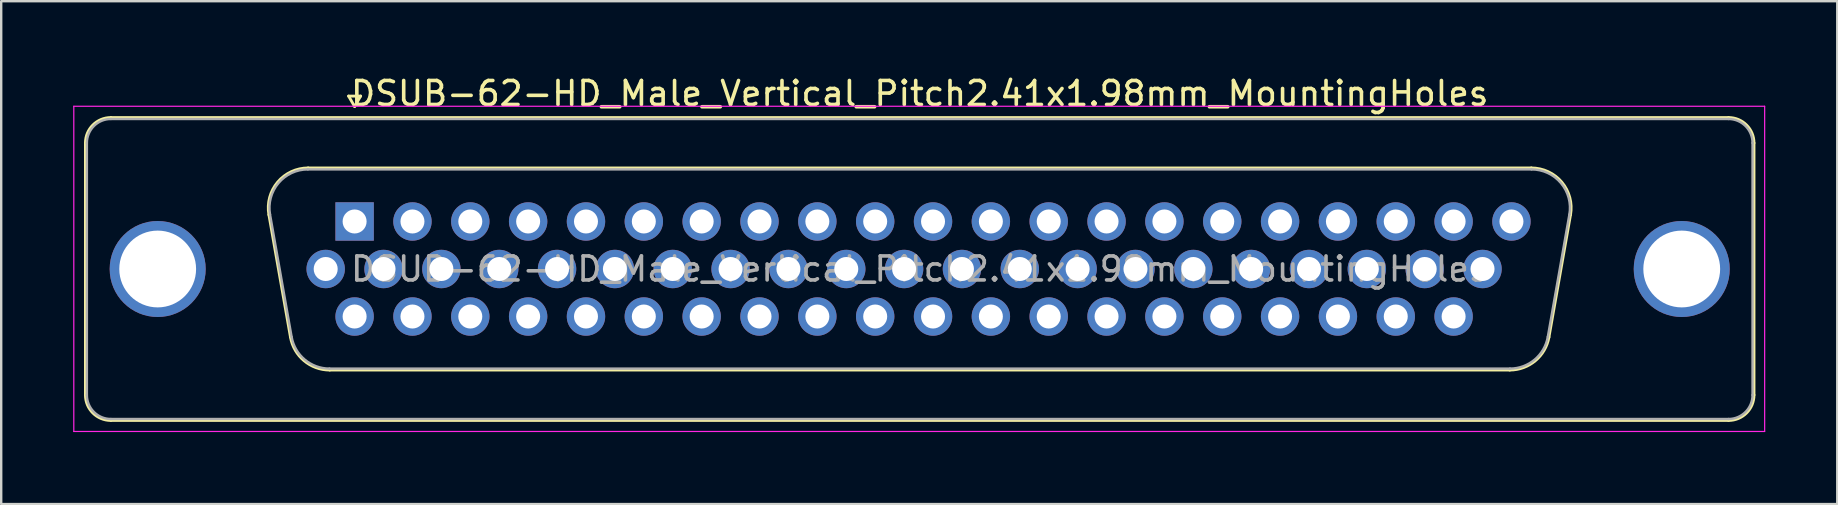
<source format=kicad_pcb>
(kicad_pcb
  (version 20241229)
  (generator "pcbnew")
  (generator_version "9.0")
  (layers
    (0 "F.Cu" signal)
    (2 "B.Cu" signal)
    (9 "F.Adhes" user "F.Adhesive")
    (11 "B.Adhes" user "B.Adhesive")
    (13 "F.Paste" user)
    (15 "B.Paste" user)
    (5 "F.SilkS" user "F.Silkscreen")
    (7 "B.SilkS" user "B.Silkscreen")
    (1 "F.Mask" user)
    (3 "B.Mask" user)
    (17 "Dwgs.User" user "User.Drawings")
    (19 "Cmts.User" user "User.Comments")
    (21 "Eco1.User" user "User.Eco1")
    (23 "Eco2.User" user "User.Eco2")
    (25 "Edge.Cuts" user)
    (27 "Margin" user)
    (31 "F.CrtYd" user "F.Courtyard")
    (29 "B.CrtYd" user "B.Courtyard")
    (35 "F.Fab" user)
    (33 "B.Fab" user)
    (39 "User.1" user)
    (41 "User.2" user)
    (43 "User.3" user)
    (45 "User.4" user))
  (footprint "DSUB-62-HD_Male_Vertical_Pitch2.41x1.98mm_MountingHoles"
    (layer "F.Cu")
    (at 11.725 6.178)
    (property "Reference" "DSUB-62-HD_Male_Vertical_Pitch2.41x1.98mm_MountingHoles" (at 23.545 -5.33 0) (layer "F.SilkS") (effects (font (size 1 1) (thickness 0.15))))
    (attr through_hole)
    (fp_line (start -11.215 7.23) (end -11.215 -3.27) (stroke (width 0.12) (type solid)) (layer "F.SilkS"))
    (fp_line (start -10.155 -4.33) (end 57.245 -4.33) (stroke (width 0.12) (type solid)) (layer "F.SilkS"))
    (fp_line (start -3.571 -0.282) (end -2.672 4.818) (stroke (width 0.12) (type solid)) (layer "F.SilkS"))
    (fp_line (start -1.937 -2.23) (end 49.027 -2.23) (stroke (width 0.12) (type solid)) (layer "F.SilkS"))
    (fp_line (start -1.037 6.19) (end 48.127 6.19) (stroke (width 0.12) (type solid)) (layer "F.SilkS"))
    (fp_line (start -0.25 -5.224) (end 0.25 -5.224) (stroke (width 0.12) (type solid)) (layer "F.SilkS"))
    (fp_line (start 0 -4.791) (end -0.25 -5.224) (stroke (width 0.12) (type solid)) (layer "F.SilkS"))
    (fp_line (start 0.25 -5.224) (end 0 -4.791) (stroke (width 0.12) (type solid)) (layer "F.SilkS"))
    (fp_line (start 50.661 -0.282) (end 49.762 4.818) (stroke (width 0.12) (type solid)) (layer "F.SilkS"))
    (fp_line (start 57.245 8.29) (end -10.155 8.29) (stroke (width 0.12) (type solid)) (layer "F.SilkS"))
    (fp_line (start 58.305 -3.27) (end 58.305 7.23) (stroke (width 0.12) (type solid)) (layer "F.SilkS"))
    (fp_arc (start -11.215 -3.27) (mid -10.904533 -4.019533) (end -10.155 -4.33) (stroke (width 0.12) (type solid)) (layer "F.SilkS"))
    (fp_arc (start -10.155 8.29) (mid -10.904533 7.979533) (end -11.215 7.23) (stroke (width 0.12) (type solid)) (layer "F.SilkS"))
    (fp_arc (start -3.57147 -0.281744) (mid -3.208323 -1.637028) (end -1.936689 -2.23) (stroke (width 0.12) (type solid)) (layer "F.SilkS"))
    (fp_arc (start -1.037421 6.19) (mid -2.104448 5.801634) (end -2.672202 4.818256) (stroke (width 0.12) (type solid)) (layer "F.SilkS"))
    (fp_arc (start 49.026689 -2.23) (mid 50.298323 -1.637027) (end 50.66147 -0.281744) (stroke (width 0.12) (type solid)) (layer "F.SilkS"))
    (fp_arc (start 49.762202 4.818256) (mid 49.194449 5.801634) (end 48.127421 6.19) (stroke (width 0.12) (type solid)) (layer "F.SilkS"))
    (fp_arc (start 57.245 -4.33) (mid 57.994533 -4.019533) (end 58.305 -3.27) (stroke (width 0.12) (type solid)) (layer "F.SilkS"))
    (fp_arc (start 58.305 7.23) (mid 57.994533 7.979533) (end 57.245 8.29) (stroke (width 0.12) (type solid)) (layer "F.SilkS"))
    (fp_line (start -11.7 -4.8) (end -11.7 8.75) (stroke (width 0.05) (type solid)) (layer "F.CrtYd"))
    (fp_line (start -11.7 8.75) (end 58.75 8.75) (stroke (width 0.05) (type solid)) (layer "F.CrtYd"))
    (fp_line (start 58.75 -4.8) (end -11.7 -4.8) (stroke (width 0.05) (type solid)) (layer "F.CrtYd"))
    (fp_line (start 58.75 8.75) (end 58.75 -4.8) (stroke (width 0.05) (type solid)) (layer "F.CrtYd"))
    (fp_line (start -11.155 7.23) (end -11.155 -3.27) (stroke (width 0.1) (type solid)) (layer "F.Fab"))
    (fp_line (start -10.155 -4.27) (end 57.245 -4.27) (stroke (width 0.1) (type solid)) (layer "F.Fab"))
    (fp_line (start -3.524 -0.292) (end -2.625 4.808) (stroke (width 0.1) (type solid)) (layer "F.Fab"))
    (fp_line (start -1.948 -2.17) (end 49.038 -2.17) (stroke (width 0.1) (type solid)) (layer "F.Fab"))
    (fp_line (start -1.049 6.13) (end 48.139 6.13) (stroke (width 0.1) (type solid)) (layer "F.Fab"))
    (fp_line (start 50.614 -0.292) (end 49.715 4.808) (stroke (width 0.1) (type solid)) (layer "F.Fab"))
    (fp_line (start 57.245 8.23) (end -10.155 8.23) (stroke (width 0.1) (type solid)) (layer "F.Fab"))
    (fp_line (start 58.245 -3.27) (end 58.245 7.23) (stroke (width 0.1) (type solid)) (layer "F.Fab"))
    (fp_arc (start -11.155 -3.27) (mid -10.862107 -3.977107) (end -10.155 -4.27) (stroke (width 0.1) (type solid)) (layer "F.Fab"))
    (fp_arc (start -10.155 8.23) (mid -10.862107 7.937107) (end -11.155 7.23) (stroke (width 0.1) (type solid)) (layer "F.Fab"))
    (fp_arc (start -3.523886 -0.292163) (mid -3.173865 -1.59846) (end -1.948194 -2.17) (stroke (width 0.1) (type solid)) (layer "F.Fab"))
    (fp_arc (start -1.048927 6.13) (mid -2.077387 5.755671) (end -2.624619 4.807837) (stroke (width 0.1) (type solid)) (layer "F.Fab"))
    (fp_arc (start 49.038194 -2.17) (mid 50.263865 -1.59846) (end 50.613886 -0.292163) (stroke (width 0.1) (type solid)) (layer "F.Fab"))
    (fp_arc (start 49.714619 4.807837) (mid 49.167387 5.755671) (end 48.138927 6.13) (stroke (width 0.1) (type solid)) (layer "F.Fab"))
    (fp_arc (start 57.245 -4.27) (mid 57.952107 -3.977107) (end 58.245 -3.27) (stroke (width 0.1) (type solid)) (layer "F.Fab"))
    (fp_arc (start 58.245 7.23) (mid 57.952107 7.937107) (end 57.245 8.23) (stroke (width 0.1) (type solid)) (layer "F.Fab"))
    (fp_text user "${REFERENCE}" (at 23.545 1.98 0) (layer "F.Fab") (effects (font (size 1 1) (thickness 0.15))))
    (pad "0" thru_hole circle (at -8.205 1.98) (size 4 4) (drill 3.2) (layers "*.Cu" "*.Mask"))
    (pad "0" thru_hole circle (at 55.295 1.98) (size 4 4) (drill 3.2) (layers "*.Cu" "*.Mask"))
    (pad "1" thru_hole rect (at 0 0) (size 1.6 1.6) (drill 1) (layers "*.Cu" "*.Mask"))
    (pad "2" thru_hole circle (at 2.41 0) (size 1.6 1.6) (drill 1) (layers "*.Cu" "*.Mask"))
    (pad "3" thru_hole circle (at 4.82 0) (size 1.6 1.6) (drill 1) (layers "*.Cu" "*.Mask"))
    (pad "4" thru_hole circle (at 7.23 0) (size 1.6 1.6) (drill 1) (layers "*.Cu" "*.Mask"))
    (pad "5" thru_hole circle (at 9.64 0) (size 1.6 1.6) (drill 1) (layers "*.Cu" "*.Mask"))
    (pad "6" thru_hole circle (at 12.05 0) (size 1.6 1.6) (drill 1) (layers "*.Cu" "*.Mask"))
    (pad "7" thru_hole circle (at 14.46 0) (size 1.6 1.6) (drill 1) (layers "*.Cu" "*.Mask"))
    (pad "8" thru_hole circle (at 16.87 0) (size 1.6 1.6) (drill 1) (layers "*.Cu" "*.Mask"))
    (pad "9" thru_hole circle (at 19.28 0) (size 1.6 1.6) (drill 1) (layers "*.Cu" "*.Mask"))
    (pad "10" thru_hole circle (at 21.69 0) (size 1.6 1.6) (drill 1) (layers "*.Cu" "*.Mask"))
    (pad "11" thru_hole circle (at 24.1 0) (size 1.6 1.6) (drill 1) (layers "*.Cu" "*.Mask"))
    (pad "12" thru_hole circle (at 26.51 0) (size 1.6 1.6) (drill 1) (layers "*.Cu" "*.Mask"))
    (pad "13" thru_hole circle (at 28.92 0) (size 1.6 1.6) (drill 1) (layers "*.Cu" "*.Mask"))
    (pad "14" thru_hole circle (at 31.33 0) (size 1.6 1.6) (drill 1) (layers "*.Cu" "*.Mask"))
    (pad "15" thru_hole circle (at 33.74 0) (size 1.6 1.6) (drill 1) (layers "*.Cu" "*.Mask"))
    (pad "16" thru_hole circle (at 36.15 0) (size 1.6 1.6) (drill 1) (layers "*.Cu" "*.Mask"))
    (pad "17" thru_hole circle (at 38.56 0) (size 1.6 1.6) (drill 1) (layers "*.Cu" "*.Mask"))
    (pad "18" thru_hole circle (at 40.97 0) (size 1.6 1.6) (drill 1) (layers "*.Cu" "*.Mask"))
    (pad "19" thru_hole circle (at 43.38 0) (size 1.6 1.6) (drill 1) (layers "*.Cu" "*.Mask"))
    (pad "20" thru_hole circle (at 45.79 0) (size 1.6 1.6) (drill 1) (layers "*.Cu" "*.Mask"))
    (pad "21" thru_hole circle (at 48.2 0) (size 1.6 1.6) (drill 1) (layers "*.Cu" "*.Mask"))
    (pad "22" thru_hole circle (at -1.205 1.98) (size 1.6 1.6) (drill 1) (layers "*.Cu" "*.Mask"))
    (pad "23" thru_hole circle (at 1.205 1.98) (size 1.6 1.6) (drill 1) (layers "*.Cu" "*.Mask"))
    (pad "24" thru_hole circle (at 3.615 1.98) (size 1.6 1.6) (drill 1) (layers "*.Cu" "*.Mask"))
    (pad "25" thru_hole circle (at 6.025 1.98) (size 1.6 1.6) (drill 1) (layers "*.Cu" "*.Mask"))
    (pad "26" thru_hole circle (at 8.435 1.98) (size 1.6 1.6) (drill 1) (layers "*.Cu" "*.Mask"))
    (pad "27" thru_hole circle (at 10.845 1.98) (size 1.6 1.6) (drill 1) (layers "*.Cu" "*.Mask"))
    (pad "28" thru_hole circle (at 13.255 1.98) (size 1.6 1.6) (drill 1) (layers "*.Cu" "*.Mask"))
    (pad "29" thru_hole circle (at 15.665 1.98) (size 1.6 1.6) (drill 1) (layers "*.Cu" "*.Mask"))
    (pad "30" thru_hole circle (at 18.075 1.98) (size 1.6 1.6) (drill 1) (layers "*.Cu" "*.Mask"))
    (pad "31" thru_hole circle (at 20.485 1.98) (size 1.6 1.6) (drill 1) (layers "*.Cu" "*.Mask"))
    (pad "32" thru_hole circle (at 22.895 1.98) (size 1.6 1.6) (drill 1) (layers "*.Cu" "*.Mask"))
    (pad "33" thru_hole circle (at 25.305 1.98) (size 1.6 1.6) (drill 1) (layers "*.Cu" "*.Mask"))
    (pad "34" thru_hole circle (at 27.715 1.98) (size 1.6 1.6) (drill 1) (layers "*.Cu" "*.Mask"))
    (pad "35" thru_hole circle (at 30.125 1.98) (size 1.6 1.6) (drill 1) (layers "*.Cu" "*.Mask"))
    (pad "36" thru_hole circle (at 32.535 1.98) (size 1.6 1.6) (drill 1) (layers "*.Cu" "*.Mask"))
    (pad "37" thru_hole circle (at 34.945 1.98) (size 1.6 1.6) (drill 1) (layers "*.Cu" "*.Mask"))
    (pad "38" thru_hole circle (at 37.355 1.98) (size 1.6 1.6) (drill 1) (layers "*.Cu" "*.Mask"))
    (pad "39" thru_hole circle (at 39.765 1.98) (size 1.6 1.6) (drill 1) (layers "*.Cu" "*.Mask"))
    (pad "40" thru_hole circle (at 42.175 1.98) (size 1.6 1.6) (drill 1) (layers "*.Cu" "*.Mask"))
    (pad "41" thru_hole circle (at 44.585 1.98) (size 1.6 1.6) (drill 1) (layers "*.Cu" "*.Mask"))
    (pad "42" thru_hole circle (at 46.995 1.98) (size 1.6 1.6) (drill 1) (layers "*.Cu" "*.Mask"))
    (pad "43" thru_hole circle (at 0 3.96) (size 1.6 1.6) (drill 1) (layers "*.Cu" "*.Mask"))
    (pad "44" thru_hole circle (at 2.41 3.96) (size 1.6 1.6) (drill 1) (layers "*.Cu" "*.Mask"))
    (pad "45" thru_hole circle (at 4.82 3.96) (size 1.6 1.6) (drill 1) (layers "*.Cu" "*.Mask"))
    (pad "46" thru_hole circle (at 7.23 3.96) (size 1.6 1.6) (drill 1) (layers "*.Cu" "*.Mask"))
    (pad "47" thru_hole circle (at 9.64 3.96) (size 1.6 1.6) (drill 1) (layers "*.Cu" "*.Mask"))
    (pad "48" thru_hole circle (at 12.05 3.96) (size 1.6 1.6) (drill 1) (layers "*.Cu" "*.Mask"))
    (pad "49" thru_hole circle (at 14.46 3.96) (size 1.6 1.6) (drill 1) (layers "*.Cu" "*.Mask"))
    (pad "50" thru_hole circle (at 16.87 3.96) (size 1.6 1.6) (drill 1) (layers "*.Cu" "*.Mask"))
    (pad "51" thru_hole circle (at 19.28 3.96) (size 1.6 1.6) (drill 1) (layers "*.Cu" "*.Mask"))
    (pad "52" thru_hole circle (at 21.69 3.96) (size 1.6 1.6) (drill 1) (layers "*.Cu" "*.Mask"))
    (pad "53" thru_hole circle (at 24.1 3.96) (size 1.6 1.6) (drill 1) (layers "*.Cu" "*.Mask"))
    (pad "54" thru_hole circle (at 26.51 3.96) (size 1.6 1.6) (drill 1) (layers "*.Cu" "*.Mask"))
    (pad "55" thru_hole circle (at 28.92 3.96) (size 1.6 1.6) (drill 1) (layers "*.Cu" "*.Mask"))
    (pad "56" thru_hole circle (at 31.33 3.96) (size 1.6 1.6) (drill 1) (layers "*.Cu" "*.Mask"))
    (pad "57" thru_hole circle (at 33.74 3.96) (size 1.6 1.6) (drill 1) (layers "*.Cu" "*.Mask"))
    (pad "58" thru_hole circle (at 36.15 3.96) (size 1.6 1.6) (drill 1) (layers "*.Cu" "*.Mask"))
    (pad "59" thru_hole circle (at 38.56 3.96) (size 1.6 1.6) (drill 1) (layers "*.Cu" "*.Mask"))
    (pad "60" thru_hole circle (at 40.97 3.96) (size 1.6 1.6) (drill 1) (layers "*.Cu" "*.Mask"))
    (pad "61" thru_hole circle (at 43.38 3.96) (size 1.6 1.6) (drill 1) (layers "*.Cu" "*.Mask"))
    (pad "62" thru_hole circle (at 45.79 3.96) (size 1.6 1.6) (drill 1) (layers "*.Cu" "*.Mask")))
  (gr_rect
    (start -3 -3)
    (end 73.5 17.953)
    (stroke (width 0.1) (type default))
    (fill no)
    (layer "Edge.Cuts")))
</source>
